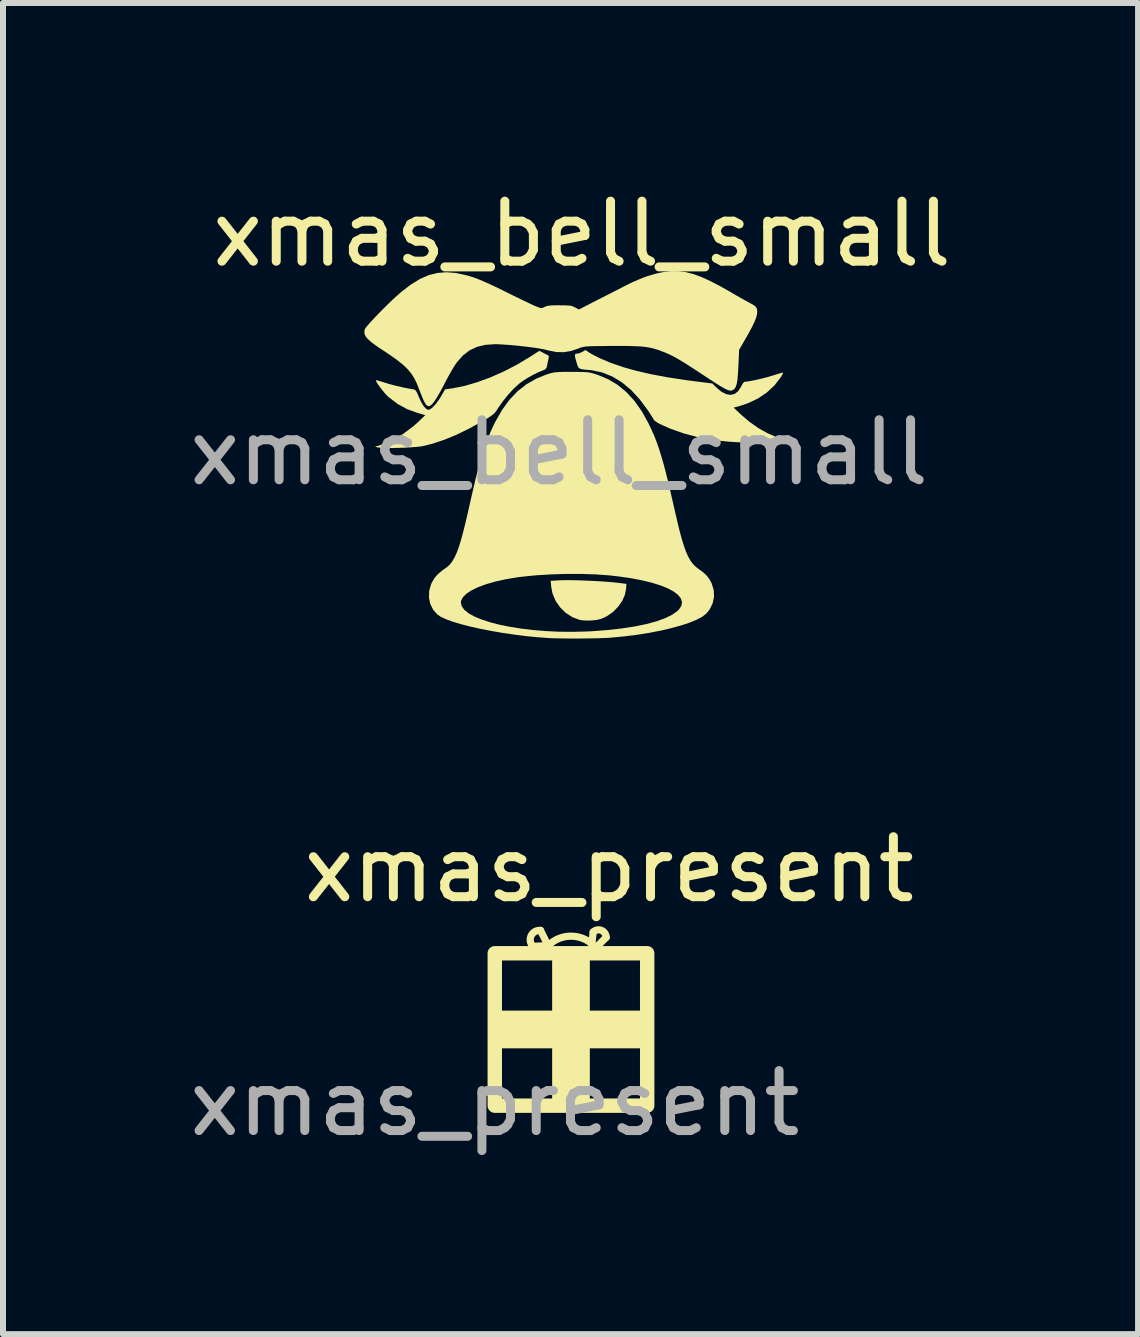
<source format=kicad_pcb>
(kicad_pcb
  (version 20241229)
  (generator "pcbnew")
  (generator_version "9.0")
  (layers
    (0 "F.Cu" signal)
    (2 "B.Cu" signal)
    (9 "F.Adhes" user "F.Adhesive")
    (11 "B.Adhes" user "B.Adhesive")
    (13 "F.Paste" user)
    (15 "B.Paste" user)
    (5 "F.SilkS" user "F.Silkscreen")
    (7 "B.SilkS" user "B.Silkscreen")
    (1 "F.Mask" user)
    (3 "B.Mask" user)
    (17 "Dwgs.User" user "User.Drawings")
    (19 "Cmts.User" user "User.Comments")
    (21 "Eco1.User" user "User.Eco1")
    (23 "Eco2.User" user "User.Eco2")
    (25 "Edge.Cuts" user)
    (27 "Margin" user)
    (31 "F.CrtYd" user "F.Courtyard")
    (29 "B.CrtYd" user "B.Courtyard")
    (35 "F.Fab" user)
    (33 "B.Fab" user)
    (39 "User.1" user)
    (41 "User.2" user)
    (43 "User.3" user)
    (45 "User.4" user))
  (footprint "xmas_present"
    (layer "F.Cu")
    (at 5.196 12.837)
    (property "Reference" "xmas_present" (at 1.905 -1.397 0) (unlocked yes) (layer "F.SilkS") (effects (font (size 1 1) (thickness 0.15))))
    (fp_line (start 0.635 -0.115) (end 0.889 -0.127) (stroke (width 0.12) (type default)) (layer "F.SilkS"))
    (fp_line (start 0.762 -0.381) (end 0.889 -0.127) (stroke (width 0.12) (type default)) (layer "F.SilkS"))
    (fp_line (start 1.64 -0.353) (end 1.602 -0.01) (stroke (width 0.12) (type default)) (layer "F.SilkS"))
    (fp_line (start 1.856 -0.264) (end 1.602 -0.01) (stroke (width 0.12) (type default)) (layer "F.SilkS"))
    (fp_rect (start 0 0) (end 2.54 2.54) (stroke (width 0.24) (type default)) (fill no) (layer "F.SilkS"))
    (fp_rect (start 0 1.016) (end 1.016 1.524) (stroke (width 0.12) (type solid)) (fill yes) (layer "F.SilkS"))
    (fp_rect (start 1.016 0) (end 1.524 2.54) (stroke (width 0.12) (type solid)) (fill yes) (layer "F.SilkS"))
    (fp_rect (start 1.524 1.016) (end 2.54 1.524) (stroke (width 0.12) (type solid)) (fill yes) (layer "F.SilkS"))
    (fp_arc (start 0.63539 -0.11523) (mid 0.605647 -0.292442) (end 0.762 -0.381) (stroke (width 0.12) (type default)) (layer "F.SilkS"))
    (fp_arc (start 0.889 -0.127) (mid 1.27 -0.284815) (end 1.651 -0.127) (stroke (width 0.12) (type default)) (layer "F.SilkS"))
    (fp_arc (start 1.639596 -0.35347) (mid 1.778 -0.381) (end 1.856399 -0.263667) (stroke (width 0.12) (type default)) (layer "F.SilkS"))
    (fp_text user "${REFERENCE}" (at 0 2.5 0) (unlocked yes) (layer "F.Fab") (effects (font (size 1 1) (thickness 0.15)))))
  (footprint "xmas_bell_small"
    (layer "F.Cu")
    (at 6.268 1.991)
    (property "Reference" "xmas_bell_small" (at 0.381 -1.143 0) (unlocked yes) (layer "F.SilkS") (effects (font (size 1 1) (thickness 0.15))))
    (fp_poly (pts (xy 0.192 4.628) (xy 0.312 4.63) (xy 0.442 4.635) (xy 0.575 4.641) (xy 0.705 4.648) (xy 0.825 4.657) (xy 0.927 4.666) (xy 0.965 4.67) (xy 1.122 4.69) (xy 1.117 4.767) (xy 1.097 4.871) (xy 1.051 4.975) (xy 0.982 5.073) (xy 0.896 5.16) (xy 0.796 5.229) (xy 0.761 5.247) (xy 0.695 5.274) (xy 0.633 5.29) (xy 0.56 5.298) (xy 0.531 5.3) (xy 0.462 5.301) (xy 0.397 5.298) (xy 0.349 5.292) (xy 0.344 5.291) (xy 0.221 5.244) (xy 0.11 5.173) (xy 0.016 5.08) (xy -0.059 4.972) (xy -0.11 4.851) (xy -0.131 4.741) (xy -0.141 4.639) (xy 0.012 4.63) (xy 0.09 4.628)) (stroke (width 0) (type solid)) (fill yes) (layer "F.SilkS"))
    (fp_poly (pts (xy -0.255 0.845) (xy -0.211 0.867) (xy -0.181 0.883) (xy -0.173 0.889) (xy -0.172 0.907) (xy -0.18 0.953) (xy -0.196 1.029) (xy -0.207 1.081) (xy -0.23 1.113) (xy -0.274 1.134) (xy -0.352 1.165) (xy -0.444 1.211) (xy -0.538 1.265) (xy -0.624 1.322) (xy -0.664 1.352) (xy -0.754 1.434) (xy -0.848 1.536) (xy -0.938 1.647) (xy -1.016 1.759) (xy -1.017 1.761) (xy -1.045 1.804) (xy -1.071 1.838) (xy -1.101 1.867) (xy -1.141 1.896) (xy -1.196 1.931) (xy -1.27 1.975) (xy -1.498 2.101) (xy -1.711 2.205) (xy -1.913 2.288) (xy -2.108 2.353) (xy -2.263 2.392) (xy -2.318 2.401) (xy -2.396 2.409) (xy -2.49 2.415) (xy -2.593 2.421) (xy -2.698 2.424) (xy -2.799 2.426) (xy -2.89 2.425) (xy -2.963 2.423) (xy -3.011 2.417) (xy -3.013 2.417) (xy -3.068 2.406) (xy -2.958 2.369) (xy -2.776 2.293) (xy -2.597 2.189) (xy -2.427 2.061) (xy -2.349 1.991) (xy -2.23 1.878) (xy -2.356 1.842) (xy -2.531 1.779) (xy -2.687 1.694) (xy -2.833 1.583) (xy -2.863 1.556) (xy -2.899 1.519) (xy -2.939 1.471) (xy -2.979 1.42) (xy -3.015 1.37) (xy -3.041 1.329) (xy -3.054 1.301) (xy -3.054 1.294) (xy -3.038 1.297) (xy -2.999 1.307) (xy -2.944 1.324) (xy -2.909 1.335) (xy -2.824 1.361) (xy -2.72 1.388) (xy -2.609 1.414) (xy -2.504 1.435) (xy -2.421 1.449) (xy -2.401 1.457) (xy -2.381 1.479) (xy -2.36 1.52) (xy -2.337 1.576) (xy -2.299 1.659) (xy -2.259 1.725) (xy -2.219 1.77) (xy -2.184 1.789) (xy -2.179 1.79) (xy -2.143 1.776) (xy -2.099 1.74) (xy -2.049 1.684) (xy -1.998 1.614) (xy -1.971 1.57) (xy -1.901 1.449) (xy -1.779 1.431) (xy -1.58 1.392) (xy -1.368 1.33) (xy -1.147 1.249) (xy -0.924 1.151) (xy -0.704 1.037) (xy -0.493 0.911) (xy -0.488 0.908) (xy -0.33 0.806)) (stroke (width 0) (type solid)) (fill yes) (layer "F.SilkS"))
    (fp_poly (pts (xy 0.497 0.832) (xy 0.539 0.857) (xy 0.598 0.889) (xy 0.664 0.922) (xy 0.682 0.931) (xy 0.865 1.008) (xy 1.069 1.078) (xy 1.294 1.141) (xy 1.544 1.198) (xy 1.82 1.249) (xy 2.124 1.295) (xy 2.252 1.312) (xy 2.554 1.35) (xy 2.618 1.415) (xy 2.702 1.485) (xy 2.782 1.527) (xy 2.857 1.54) (xy 2.924 1.525) (xy 2.982 1.481) (xy 3.029 1.41) (xy 3.031 1.406) (xy 3.059 1.353) (xy 3.083 1.326) (xy 3.101 1.321) (xy 3.144 1.317) (xy 3.209 1.305) (xy 3.289 1.289) (xy 3.377 1.268) (xy 3.464 1.246) (xy 3.544 1.223) (xy 3.585 1.21) (xy 3.646 1.19) (xy 3.696 1.176) (xy 3.727 1.169) (xy 3.733 1.168) (xy 3.729 1.184) (xy 3.712 1.217) (xy 3.693 1.248) (xy 3.589 1.383) (xy 3.461 1.501) (xy 3.311 1.602) (xy 3.144 1.68) (xy 3.036 1.717) (xy 2.909 1.753) (xy 3.032 1.869) (xy 3.17 1.987) (xy 3.316 2.09) (xy 3.465 2.175) (xy 3.609 2.238) (xy 3.677 2.26) (xy 3.747 2.279) (xy 3.693 2.291) (xy 3.651 2.298) (xy 3.585 2.305) (xy 3.503 2.312) (xy 3.411 2.32) (xy 3.317 2.326) (xy 3.228 2.331) (xy 3.151 2.334) (xy 3.094 2.335) (xy 3.088 2.335) (xy 3.033 2.332) (xy 2.959 2.329) (xy 2.876 2.323) (xy 2.824 2.32) (xy 2.569 2.292) (xy 2.319 2.246) (xy 2.079 2.183) (xy 1.857 2.105) (xy 1.682 2.027) (xy 1.632 1.999) (xy 1.594 1.972) (xy 1.577 1.953) (xy 1.564 1.929) (xy 1.538 1.887) (xy 1.503 1.833) (xy 1.48 1.798) (xy 1.342 1.613) (xy 1.198 1.457) (xy 1.047 1.331) (xy 0.889 1.235) (xy 0.723 1.168) (xy 0.548 1.13) (xy 0.488 1.124) (xy 0.416 1.118) (xy 0.367 1.11) (xy 0.337 1.097) (xy 0.317 1.075) (xy 0.302 1.037) (xy 0.288 0.991) (xy 0.27 0.926) (xy 0.263 0.885) (xy 0.269 0.862) (xy 0.288 0.853) (xy 0.306 0.852) (xy 0.342 0.844) (xy 0.385 0.824) (xy 0.389 0.822) (xy 0.438 0.792)) (stroke (width 0) (type solid)) (fill yes) (layer "F.SilkS"))
    (fp_poly (pts (xy 0.207 1.157) (xy 0.31 1.157) (xy 0.388 1.159) (xy 0.447 1.161) (xy 0.494 1.166) (xy 0.536 1.174) (xy 0.579 1.186) (xy 0.629 1.202) (xy 0.641 1.206) (xy 0.817 1.279) (xy 0.976 1.374) (xy 1.122 1.494) (xy 1.254 1.638) (xy 1.376 1.81) (xy 1.488 2.011) (xy 1.498 2.032) (xy 1.544 2.129) (xy 1.587 2.227) (xy 1.627 2.329) (xy 1.665 2.439) (xy 1.703 2.56) (xy 1.742 2.695) (xy 1.782 2.847) (xy 1.825 3.021) (xy 1.871 3.219) (xy 1.919 3.429) (xy 1.964 3.624) (xy 2.004 3.791) (xy 2.042 3.932) (xy 2.078 4.051) (xy 2.113 4.149) (xy 2.149 4.23) (xy 2.186 4.297) (xy 2.226 4.352) (xy 2.27 4.398) (xy 2.318 4.437) (xy 2.331 4.446) (xy 2.41 4.504) (xy 2.467 4.56) (xy 2.511 4.621) (xy 2.545 4.687) (xy 2.577 4.794) (xy 2.582 4.905) (xy 2.559 5.014) (xy 2.51 5.115) (xy 2.452 5.186) (xy 2.387 5.237) (xy 2.293 5.287) (xy 2.173 5.336) (xy 2.032 5.383) (xy 1.871 5.427) (xy 1.693 5.469) (xy 1.502 5.506) (xy 1.3 5.538) (xy 1.091 5.564) (xy 0.877 5.585) (xy 0.84 5.588) (xy 0.758 5.592) (xy 0.651 5.596) (xy 0.527 5.598) (xy 0.392 5.6) (xy 0.255 5.601) (xy 0.121 5.6) (xy -0.002 5.598) (xy -0.106 5.596) (xy -0.168 5.593) (xy -0.359 5.579) (xy -0.555 5.56) (xy -0.751 5.535) (xy -0.945 5.506) (xy -1.133 5.474) (xy -1.313 5.439) (xy -1.481 5.401) (xy -1.633 5.362) (xy -1.767 5.322) (xy -1.88 5.281) (xy -1.967 5.241) (xy -2.027 5.202) (xy -2.027 5.202) (xy -2.099 5.121) (xy -2.147 5.024) (xy -2.152 5.002) (xy -1.637 5.002) (xy -1.622 5.064) (xy -1.578 5.124) (xy -1.507 5.181) (xy -1.411 5.234) (xy -1.292 5.284) (xy -1.153 5.329) (xy -0.995 5.37) (xy -0.822 5.405) (xy -0.634 5.435) (xy -0.434 5.459) (xy -0.225 5.476) (xy -0.008 5.487) (xy 0.215 5.489) (xy 0.441 5.484) (xy 0.551 5.479) (xy 0.809 5.459) (xy 1.047 5.432) (xy 1.264 5.399) (xy 1.457 5.359) (xy 1.626 5.313) (xy 1.769 5.261) (xy 1.885 5.204) (xy 1.971 5.142) (xy 1.997 5.117) (xy 2.038 5.055) (xy 2.048 4.993) (xy 2.03 4.933) (xy 1.984 4.875) (xy 1.912 4.819) (xy 1.814 4.766) (xy 1.692 4.716) (xy 1.546 4.671) (xy 1.379 4.63) (xy 1.192 4.594) (xy 0.985 4.565) (xy 0.832 4.548) (xy 0.61 4.532) (xy 0.368 4.524) (xy 0.116 4.524) (xy -0.138 4.532) (xy -0.384 4.547) (xy -0.612 4.57) (xy -0.699 4.581) (xy -0.891 4.613) (xy -1.064 4.652) (xy -1.218 4.696) (xy -1.351 4.745) (xy -1.461 4.798) (xy -1.546 4.854) (xy -1.604 4.913) (xy -1.634 4.973) (xy -1.637 5.002) (xy -2.152 5.002) (xy -2.169 4.918) (xy -2.165 4.806) (xy -2.134 4.696) (xy -2.124 4.674) (xy -2.08 4.597) (xy -2.024 4.531) (xy -1.949 4.468) (xy -1.902 4.435) (xy -1.857 4.401) (xy -1.816 4.361) (xy -1.779 4.312) (xy -1.744 4.253) (xy -1.71 4.179) (xy -1.676 4.09) (xy -1.642 3.982) (xy -1.606 3.853) (xy -1.567 3.7) (xy -1.525 3.52) (xy -1.489 3.361) (xy -1.435 3.124) (xy -1.385 2.914) (xy -1.336 2.729) (xy -1.289 2.564) (xy -1.242 2.417) (xy -1.194 2.283) (xy -1.144 2.16) (xy -1.091 2.044) (xy -1.063 1.988) (xy -0.95 1.79) (xy -0.827 1.621) (xy -0.691 1.478) (xy -0.541 1.361) (xy -0.375 1.267) (xy -0.231 1.208) (xy -0.177 1.19) (xy -0.134 1.177) (xy -0.093 1.168) (xy -0.05 1.162) (xy 0.004 1.159) (xy 0.073 1.157) (xy 0.165 1.157)) (stroke (width 0) (type solid)) (fill yes) (layer "F.SilkS"))
    (fp_poly (pts (xy 1.994 -0.522) (xy 2.115 -0.505) (xy 2.24 -0.473) (xy 2.373 -0.424) (xy 2.52 -0.357) (xy 2.682 -0.273) (xy 2.866 -0.169) (xy 2.867 -0.168) (xy 2.95 -0.119) (xy 3.03 -0.074) (xy 3.099 -0.035) (xy 3.152 -0.006) (xy 3.177 0.007) (xy 3.239 0.041) (xy 3.277 0.071) (xy 3.296 0.103) (xy 3.302 0.143) (xy 3.302 0.151) (xy 3.298 0.199) (xy 3.283 0.254) (xy 3.257 0.321) (xy 3.218 0.403) (xy 3.164 0.504) (xy 3.121 0.58) (xy 3 0.79) (xy 2.988 1.061) (xy 2.981 1.183) (xy 2.973 1.278) (xy 2.962 1.348) (xy 2.947 1.399) (xy 2.928 1.434) (xy 2.903 1.456) (xy 2.89 1.463) (xy 2.87 1.469) (xy 2.847 1.469) (xy 2.818 1.461) (xy 2.779 1.445) (xy 2.728 1.417) (xy 2.661 1.378) (xy 2.577 1.324) (xy 2.472 1.256) (xy 2.382 1.196) (xy 2.252 1.111) (xy 2.144 1.041) (xy 2.054 0.985) (xy 1.977 0.939) (xy 1.91 0.902) (xy 1.849 0.871) (xy 1.79 0.844) (xy 1.737 0.823) (xy 1.663 0.795) (xy 1.593 0.773) (xy 1.522 0.755) (xy 1.446 0.742) (xy 1.361 0.733) (xy 1.26 0.728) (xy 1.141 0.725) (xy 0.999 0.724) (xy 0.879 0.724) (xy 0.747 0.726) (xy 0.642 0.727) (xy 0.56 0.728) (xy 0.497 0.731) (xy 0.449 0.734) (xy 0.412 0.739) (xy 0.382 0.746) (xy 0.354 0.754) (xy 0.326 0.765) (xy 0.319 0.768) (xy 0.192 0.81) (xy 0.074 0.829) (xy -0.045 0.826) (xy -0.174 0.801) (xy -0.215 0.79) (xy -0.271 0.777) (xy -0.351 0.763) (xy -0.45 0.749) (xy -0.561 0.735) (xy -0.678 0.722) (xy -0.794 0.711) (xy -0.903 0.703) (xy -0.999 0.697) (xy -1.067 0.695) (xy -1.228 0.706) (xy -1.369 0.74) (xy -1.492 0.798) (xy -1.602 0.883) (xy -1.701 0.994) (xy -1.738 1.047) (xy -1.765 1.091) (xy -1.803 1.156) (xy -1.847 1.235) (xy -1.893 1.321) (xy -1.92 1.373) (xy -1.986 1.497) (xy -2.042 1.592) (xy -2.088 1.662) (xy -2.128 1.706) (xy -2.161 1.727) (xy -2.191 1.725) (xy -2.218 1.703) (xy -2.244 1.66) (xy -2.252 1.645) (xy -2.275 1.592) (xy -2.304 1.522) (xy -2.333 1.447) (xy -2.342 1.423) (xy -2.379 1.332) (xy -2.42 1.252) (xy -2.467 1.18) (xy -2.524 1.112) (xy -2.594 1.044) (xy -2.682 0.973) (xy -2.789 0.895) (xy -2.921 0.806) (xy -2.935 0.798) (xy -3.041 0.727) (xy -3.122 0.668) (xy -3.18 0.617) (xy -3.219 0.573) (xy -3.24 0.533) (xy -3.246 0.492) (xy -3.24 0.45) (xy -3.225 0.425) (xy -3.191 0.382) (xy -3.141 0.325) (xy -3.078 0.257) (xy -3.006 0.182) (xy -2.929 0.104) (xy -2.849 0.025) (xy -2.771 -0.05) (xy -2.697 -0.117) (xy -2.631 -0.175) (xy -2.628 -0.178) (xy -2.471 -0.298) (xy -2.322 -0.39) (xy -2.176 -0.455) (xy -2.028 -0.492) (xy -1.877 -0.504) (xy -1.716 -0.491) (xy -1.542 -0.453) (xy -1.426 -0.418) (xy -1.356 -0.392) (xy -1.265 -0.354) (xy -1.157 -0.306) (xy -1.039 -0.251) (xy -0.917 -0.191) (xy -0.889 -0.177) (xy -0.783 -0.124) (xy -0.68 -0.074) (xy -0.585 -0.028) (xy -0.503 0.011) (xy -0.44 0.041) (xy -0.408 0.055) (xy -0.35 0.078) (xy -0.313 0.091) (xy -0.287 0.093) (xy -0.265 0.086) (xy -0.242 0.075) (xy -0.214 0.062) (xy -0.177 0.054) (xy -0.125 0.049) (xy -0.053 0.047) (xy 0.004 0.047) (xy 0.089 0.048) (xy 0.149 0.05) (xy 0.193 0.055) (xy 0.227 0.064) (xy 0.258 0.078) (xy 0.265 0.082) (xy 0.33 0.117) (xy 0.624 -0.034) (xy 0.729 -0.088) (xy 0.842 -0.145) (xy 0.952 -0.201) (xy 1.052 -0.252) (xy 1.125 -0.29) (xy 1.214 -0.333) (xy 1.31 -0.376) (xy 1.401 -0.413) (xy 1.477 -0.441) (xy 1.485 -0.443) (xy 1.624 -0.483) (xy 1.753 -0.51) (xy 1.875 -0.523)) (stroke (width 0) (type solid)) (fill yes) (layer "F.SilkS"))
    (fp_text user "${REFERENCE}" (at 0 2.5 0) (unlocked yes) (layer "F.Fab") (effects (font (size 1 1) (thickness 0.15)))))
  (gr_rect
    (start -3 -3)
    (end 15.917 19.185)
    (stroke (width 0.1) (type default))
    (fill no)
    (layer "Edge.Cuts")))
</source>
